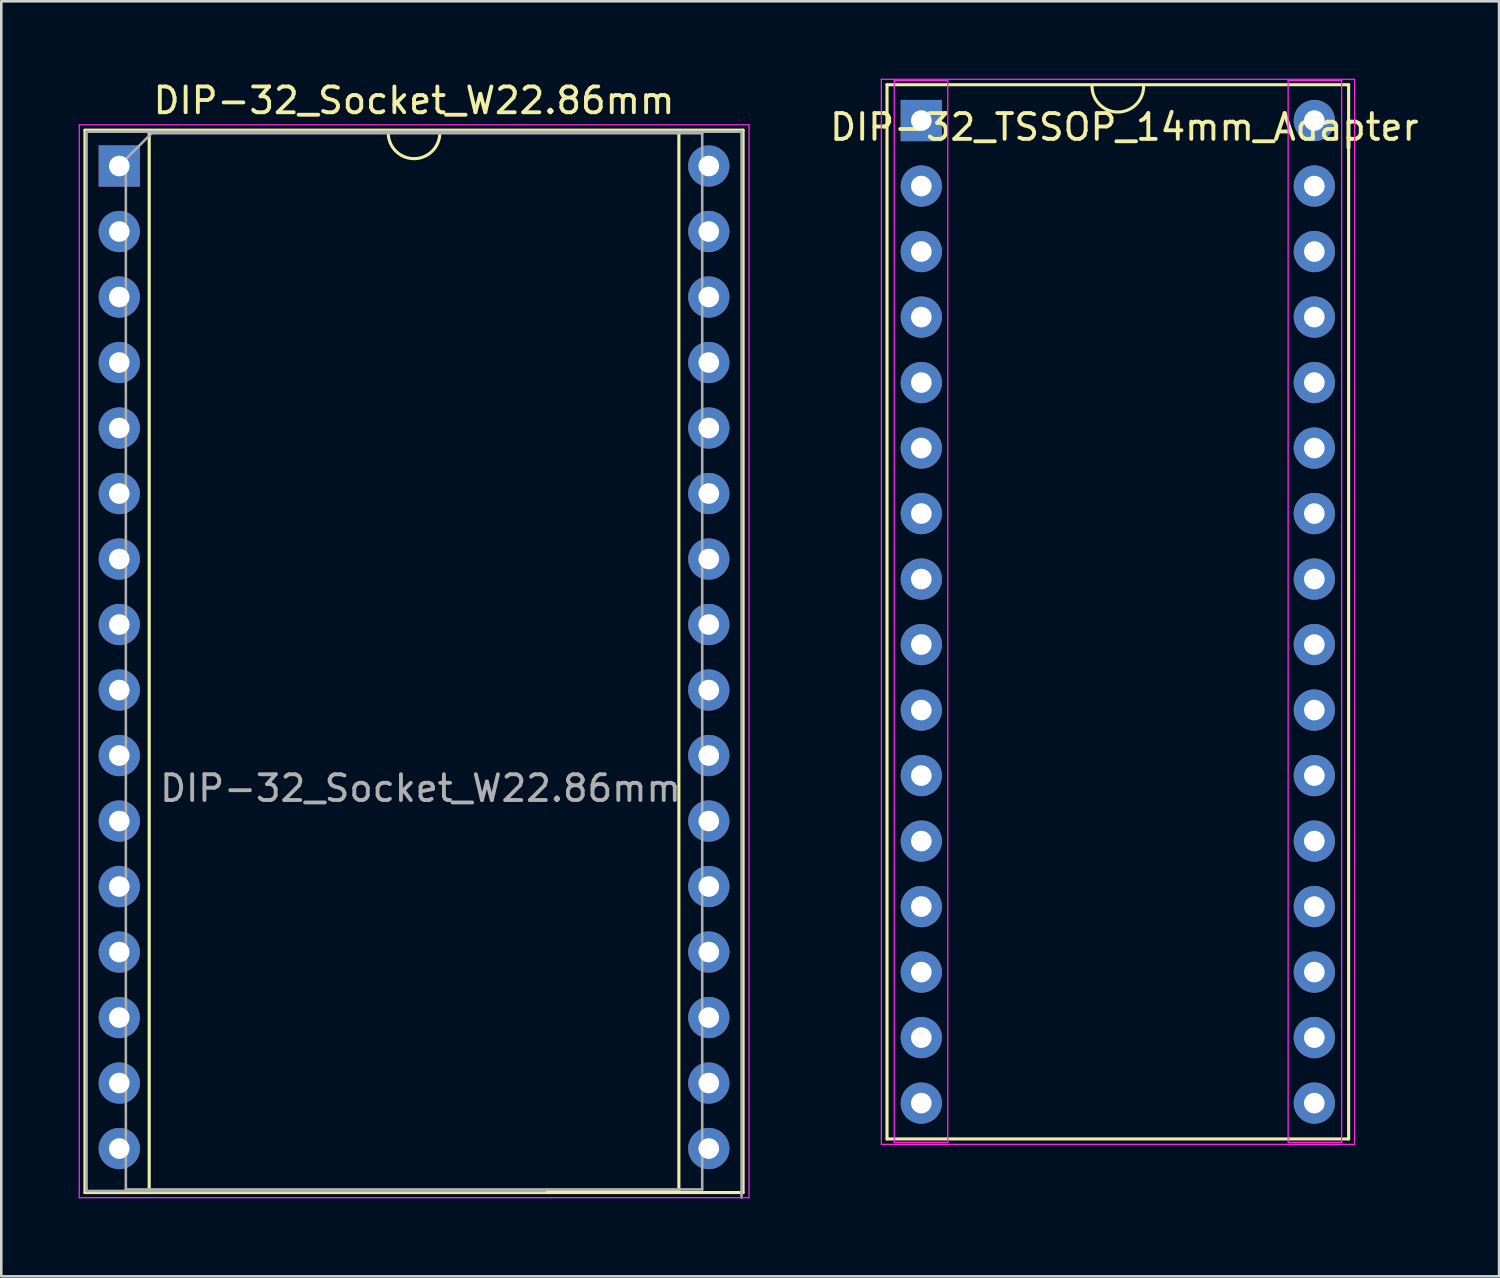
<source format=kicad_pcb>
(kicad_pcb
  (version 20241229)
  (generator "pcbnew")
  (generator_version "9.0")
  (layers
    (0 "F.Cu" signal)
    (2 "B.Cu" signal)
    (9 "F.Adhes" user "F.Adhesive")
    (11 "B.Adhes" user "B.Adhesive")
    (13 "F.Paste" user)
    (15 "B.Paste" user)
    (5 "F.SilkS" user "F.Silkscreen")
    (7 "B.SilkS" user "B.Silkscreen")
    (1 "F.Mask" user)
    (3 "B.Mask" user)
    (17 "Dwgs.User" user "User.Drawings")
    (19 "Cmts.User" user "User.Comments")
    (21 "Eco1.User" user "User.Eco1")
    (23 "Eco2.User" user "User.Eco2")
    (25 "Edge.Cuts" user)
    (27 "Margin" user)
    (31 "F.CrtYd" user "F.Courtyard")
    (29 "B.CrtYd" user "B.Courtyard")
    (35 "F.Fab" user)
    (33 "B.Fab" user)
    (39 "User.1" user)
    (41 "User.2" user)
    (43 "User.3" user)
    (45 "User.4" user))
  (footprint "DIP-32_TSSOP_14mm_Adapter"
    (layer "F.Cu")
    (at 32.676 1.625)
    (property "Reference" "DIP-32_TSSOP_14mm_Adapter" (at 7.874 0.254 0) (layer "F.SilkS") (effects (font (size 1 1) (thickness 0.15))))
    (attr through_hole)
    (fp_line (start -1.33 -1.39) (end -1.33 39.49) (stroke (width 0.12) (type solid)) (layer "F.SilkS"))
    (fp_line (start -1.33 39.49) (end 16.57 39.49) (stroke (width 0.12) (type solid)) (layer "F.SilkS"))
    (fp_line (start 16.57 -1.39) (end -1.33 -1.39) (stroke (width 0.12) (type solid)) (layer "F.SilkS"))
    (fp_line (start 16.57 39.49) (end 16.57 -1.39) (stroke (width 0.12) (type solid)) (layer "F.SilkS"))
    (fp_arc (start 8.62 -1.33) (mid 7.62 -0.33) (end 6.62 -1.33) (stroke (width 0.12) (type solid)) (layer "F.SilkS"))
    (fp_line (start -1.55 -1.6) (end -1.55 39.7) (stroke (width 0.05) (type solid)) (layer "F.CrtYd"))
    (fp_line (start -1.55 39.7) (end 16.8 39.7) (stroke (width 0.05) (type solid)) (layer "F.CrtYd"))
    (fp_line (start -1.05 -1.55) (end -1.05 39.624) (stroke (width 0.05) (type solid)) (layer "F.CrtYd"))
    (fp_line (start -1.05 39.624) (end 1.026 39.624) (stroke (width 0.05) (type solid)) (layer "F.CrtYd"))
    (fp_line (start 1.026 -1.55) (end -1.05 -1.55) (stroke (width 0.05) (type solid)) (layer "F.CrtYd"))
    (fp_line (start 1.026 39.624) (end 1.026 -1.55) (stroke (width 0.05) (type solid)) (layer "F.CrtYd"))
    (fp_line (start 14.224 39.624) (end 14.224 -1.55) (stroke (width 0.05) (type solid)) (layer "F.CrtYd"))
    (fp_line (start 14.224 39.624) (end 16.3 39.624) (stroke (width 0.05) (type solid)) (layer "F.CrtYd"))
    (fp_line (start 16.3 -1.55) (end 14.224 -1.55) (stroke (width 0.05) (type solid)) (layer "F.CrtYd"))
    (fp_line (start 16.3 39.624) (end 16.3 -1.55) (stroke (width 0.05) (type solid)) (layer "F.CrtYd"))
    (fp_line (start 16.8 -1.6) (end -1.55 -1.6) (stroke (width 0.05) (type solid)) (layer "F.CrtYd"))
    (fp_line (start 16.8 39.7) (end 16.8 -1.6) (stroke (width 0.05) (type solid)) (layer "F.CrtYd"))
    (pad "1" thru_hole rect (at 0 0) (size 1.6 1.6) (drill 0.8) (layers "*.Cu" "*.Mask"))
    (pad "2" thru_hole oval (at 0 2.54) (size 1.6 1.6) (drill 0.8) (layers "*.Cu" "*.Mask"))
    (pad "3" thru_hole oval (at 0 5.08) (size 1.6 1.6) (drill 0.8) (layers "*.Cu" "*.Mask"))
    (pad "4" thru_hole oval (at 0 7.62) (size 1.6 1.6) (drill 0.8) (layers "*.Cu" "*.Mask"))
    (pad "5" thru_hole oval (at 0 10.16) (size 1.6 1.6) (drill 0.8) (layers "*.Cu" "*.Mask"))
    (pad "6" thru_hole oval (at 0 12.7) (size 1.6 1.6) (drill 0.8) (layers "*.Cu" "*.Mask"))
    (pad "7" thru_hole oval (at 0 15.24) (size 1.6 1.6) (drill 0.8) (layers "*.Cu" "*.Mask"))
    (pad "8" thru_hole oval (at 0 17.78) (size 1.6 1.6) (drill 0.8) (layers "*.Cu" "*.Mask"))
    (pad "9" thru_hole oval (at 0 20.32) (size 1.6 1.6) (drill 0.8) (layers "*.Cu" "*.Mask"))
    (pad "10" thru_hole oval (at 0 22.86) (size 1.6 1.6) (drill 0.8) (layers "*.Cu" "*.Mask"))
    (pad "11" thru_hole oval (at 0 25.4) (size 1.6 1.6) (drill 0.8) (layers "*.Cu" "*.Mask"))
    (pad "12" thru_hole oval (at 0 27.94) (size 1.6 1.6) (drill 0.8) (layers "*.Cu" "*.Mask"))
    (pad "13" thru_hole oval (at 0 30.48) (size 1.6 1.6) (drill 0.8) (layers "*.Cu" "*.Mask"))
    (pad "14" thru_hole oval (at 0 33.02) (size 1.6 1.6) (drill 0.8) (layers "*.Cu" "*.Mask"))
    (pad "15" thru_hole oval (at 0 35.56) (size 1.6 1.6) (drill 0.8) (layers "*.Cu" "*.Mask"))
    (pad "16" thru_hole oval (at 0 38.1) (size 1.6 1.6) (drill 0.8) (layers "*.Cu" "*.Mask"))
    (pad "17" thru_hole oval (at 15.24 38.1) (size 1.6 1.6) (drill 0.8) (layers "*.Cu" "*.Mask"))
    (pad "18" thru_hole oval (at 15.24 35.56) (size 1.6 1.6) (drill 0.8) (layers "*.Cu" "*.Mask"))
    (pad "19" thru_hole oval (at 15.24 33.02) (size 1.6 1.6) (drill 0.8) (layers "*.Cu" "*.Mask"))
    (pad "20" thru_hole oval (at 15.24 30.48) (size 1.6 1.6) (drill 0.8) (layers "*.Cu" "*.Mask"))
    (pad "21" thru_hole oval (at 15.24 27.94) (size 1.6 1.6) (drill 0.8) (layers "*.Cu" "*.Mask"))
    (pad "22" thru_hole oval (at 15.24 25.4) (size 1.6 1.6) (drill 0.8) (layers "*.Cu" "*.Mask"))
    (pad "23" thru_hole oval (at 15.24 22.86) (size 1.6 1.6) (drill 0.8) (layers "*.Cu" "*.Mask"))
    (pad "24" thru_hole oval (at 15.24 20.32) (size 1.6 1.6) (drill 0.8) (layers "*.Cu" "*.Mask"))
    (pad "25" thru_hole oval (at 15.24 17.78) (size 1.6 1.6) (drill 0.8) (layers "*.Cu" "*.Mask"))
    (pad "26" thru_hole oval (at 15.24 15.24) (size 1.6 1.6) (drill 0.8) (layers "*.Cu" "*.Mask"))
    (pad "27" thru_hole oval (at 15.24 12.7) (size 1.6 1.6) (drill 0.8) (layers "*.Cu" "*.Mask"))
    (pad "28" thru_hole oval (at 15.24 10.16) (size 1.6 1.6) (drill 0.8) (layers "*.Cu" "*.Mask"))
    (pad "29" thru_hole oval (at 15.24 7.62) (size 1.6 1.6) (drill 0.8) (layers "*.Cu" "*.Mask"))
    (pad "30" thru_hole oval (at 15.24 5.08) (size 1.6 1.6) (drill 0.8) (layers "*.Cu" "*.Mask"))
    (pad "31" thru_hole oval (at 15.24 2.54) (size 1.6 1.6) (drill 0.8) (layers "*.Cu" "*.Mask"))
    (pad "32" thru_hole oval (at 15.24 0) (size 1.6 1.6) (drill 0.8) (layers "*.Cu" "*.Mask")))
  (footprint "DIP-32_Socket_W22.86mm"
    (layer "F.Cu")
    (at 1.575 3.388)
    (property "Reference" "DIP-32_Socket_W22.86mm" (at 11.43 -2.54 0) (layer "F.SilkS") (effects (font (size 1 1) (thickness 0.15))))
    (attr through_hole)
    (fp_line (start -1.33 -1.39) (end -1.33 39.805) (stroke (width 0.12) (type solid)) (layer "F.SilkS"))
    (fp_line (start -1.33 39.805) (end 24.19 39.805) (stroke (width 0.12) (type solid)) (layer "F.SilkS"))
    (fp_line (start 1.16 -1.33) (end 1.16 39.745) (stroke (width 0.12) (type solid)) (layer "F.SilkS"))
    (fp_line (start 1.16 39.745) (end 21.7 39.745) (stroke (width 0.12) (type solid)) (layer "F.SilkS"))
    (fp_line (start 10.43 -1.33) (end 1.16 -1.33) (stroke (width 0.12) (type solid)) (layer "F.SilkS"))
    (fp_line (start 21.7 -1.33) (end 12.43 -1.33) (stroke (width 0.12) (type solid)) (layer "F.SilkS"))
    (fp_line (start 21.7 39.745) (end 21.7 -1.33) (stroke (width 0.12) (type solid)) (layer "F.SilkS"))
    (fp_line (start 24.19 -1.39) (end -1.33 -1.39) (stroke (width 0.12) (type solid)) (layer "F.SilkS"))
    (fp_line (start 24.19 39.805) (end 24.19 -1.39) (stroke (width 0.12) (type solid)) (layer "F.SilkS"))
    (fp_arc (start 12.43 -1.286) (mid 11.43 -0.286) (end 10.43 -1.286) (stroke (width 0.12) (type solid)) (layer "F.SilkS"))
    (fp_line (start -1.55 -1.6) (end -1.55 40.005) (stroke (width 0.05) (type solid)) (layer "F.CrtYd"))
    (fp_line (start -1.55 40.005) (end 24.42 40.005) (stroke (width 0.05) (type solid)) (layer "F.CrtYd"))
    (fp_line (start 24.42 -1.6) (end -1.55 -1.6) (stroke (width 0.05) (type solid)) (layer "F.CrtYd"))
    (fp_line (start 24.42 40.005) (end 24.42 -1.6) (stroke (width 0.05) (type solid)) (layer "F.CrtYd"))
    (fp_line (start -1.27 -1.33) (end -1.27 39.745) (stroke (width 0.1) (type solid)) (layer "F.Fab"))
    (fp_line (start -1.27 39.745) (end 16.51 39.745) (stroke (width 0.1) (type solid)) (layer "F.Fab"))
    (fp_line (start 0.255 -0.27) (end 1.255 -1.27) (stroke (width 0.1) (type solid)) (layer "F.Fab"))
    (fp_line (start 0.255 39.685) (end 0.255 -0.27) (stroke (width 0.1) (type solid)) (layer "F.Fab"))
    (fp_line (start 1.255 -1.27) (end 22.605 -1.27) (stroke (width 0.1) (type solid)) (layer "F.Fab"))
    (fp_line (start 22.605 -1.27) (end 22.605 39.685) (stroke (width 0.1) (type solid)) (layer "F.Fab"))
    (fp_line (start 22.605 39.685) (end 0.255 39.685) (stroke (width 0.1) (type solid)) (layer "F.Fab"))
    (fp_line (start 24.13 -1.33) (end -1.27 -1.33) (stroke (width 0.1) (type solid)) (layer "F.Fab"))
    (fp_line (start 24.13 40.005) (end 24.13 -1.33) (stroke (width 0.1) (type solid)) (layer "F.Fab"))
    (fp_text user "${REFERENCE}" (at 11.684 24.13 0) (layer "F.Fab") (effects (font (size 1 1) (thickness 0.15))))
    (pad "1" thru_hole rect (at 0 0) (size 1.6 1.6) (drill 0.8) (layers "*.Cu" "*.Mask"))
    (pad "2" thru_hole oval (at 0 2.54) (size 1.6 1.6) (drill 0.8) (layers "*.Cu" "*.Mask"))
    (pad "3" thru_hole oval (at 0 5.08) (size 1.6 1.6) (drill 0.8) (layers "*.Cu" "*.Mask"))
    (pad "4" thru_hole oval (at 0 7.62) (size 1.6 1.6) (drill 0.8) (layers "*.Cu" "*.Mask"))
    (pad "5" thru_hole oval (at 0 10.16) (size 1.6 1.6) (drill 0.8) (layers "*.Cu" "*.Mask"))
    (pad "6" thru_hole oval (at 0 12.7) (size 1.6 1.6) (drill 0.8) (layers "*.Cu" "*.Mask"))
    (pad "7" thru_hole oval (at 0 15.24) (size 1.6 1.6) (drill 0.8) (layers "*.Cu" "*.Mask"))
    (pad "8" thru_hole oval (at 0 17.78) (size 1.6 1.6) (drill 0.8) (layers "*.Cu" "*.Mask"))
    (pad "9" thru_hole oval (at 0 20.32) (size 1.6 1.6) (drill 0.8) (layers "*.Cu" "*.Mask"))
    (pad "10" thru_hole oval (at 0 22.86) (size 1.6 1.6) (drill 0.8) (layers "*.Cu" "*.Mask"))
    (pad "11" thru_hole oval (at 0 25.4) (size 1.6 1.6) (drill 0.8) (layers "*.Cu" "*.Mask"))
    (pad "12" thru_hole oval (at 0 27.94) (size 1.6 1.6) (drill 0.8) (layers "*.Cu" "*.Mask"))
    (pad "13" thru_hole oval (at 0 30.48) (size 1.6 1.6) (drill 0.8) (layers "*.Cu" "*.Mask"))
    (pad "14" thru_hole oval (at 0 33.02) (size 1.6 1.6) (drill 0.8) (layers "*.Cu" "*.Mask"))
    (pad "15" thru_hole oval (at 0 35.56) (size 1.6 1.6) (drill 0.8) (layers "*.Cu" "*.Mask"))
    (pad "16" thru_hole oval (at 0 38.1) (size 1.6 1.6) (drill 0.8) (layers "*.Cu" "*.Mask"))
    (pad "17" thru_hole oval (at 22.86 38.1) (size 1.6 1.6) (drill 0.8) (layers "*.Cu" "*.Mask"))
    (pad "18" thru_hole oval (at 22.86 35.56) (size 1.6 1.6) (drill 0.8) (layers "*.Cu" "*.Mask"))
    (pad "19" thru_hole oval (at 22.86 33.02) (size 1.6 1.6) (drill 0.8) (layers "*.Cu" "*.Mask"))
    (pad "20" thru_hole oval (at 22.86 30.48) (size 1.6 1.6) (drill 0.8) (layers "*.Cu" "*.Mask"))
    (pad "21" thru_hole oval (at 22.86 27.94) (size 1.6 1.6) (drill 0.8) (layers "*.Cu" "*.Mask"))
    (pad "22" thru_hole oval (at 22.86 25.4) (size 1.6 1.6) (drill 0.8) (layers "*.Cu" "*.Mask"))
    (pad "23" thru_hole oval (at 22.86 22.86) (size 1.6 1.6) (drill 0.8) (layers "*.Cu" "*.Mask"))
    (pad "24" thru_hole oval (at 22.86 20.32) (size 1.6 1.6) (drill 0.8) (layers "*.Cu" "*.Mask"))
    (pad "25" thru_hole oval (at 22.86 17.78) (size 1.6 1.6) (drill 0.8) (layers "*.Cu" "*.Mask"))
    (pad "26" thru_hole oval (at 22.86 15.24) (size 1.6 1.6) (drill 0.8) (layers "*.Cu" "*.Mask"))
    (pad "27" thru_hole oval (at 22.86 12.7) (size 1.6 1.6) (drill 0.8) (layers "*.Cu" "*.Mask"))
    (pad "28" thru_hole oval (at 22.86 10.16) (size 1.6 1.6) (drill 0.8) (layers "*.Cu" "*.Mask"))
    (pad "29" thru_hole oval (at 22.86 7.62) (size 1.6 1.6) (drill 0.8) (layers "*.Cu" "*.Mask"))
    (pad "30" thru_hole oval (at 22.86 5.08) (size 1.6 1.6) (drill 0.8) (layers "*.Cu" "*.Mask"))
    (pad "31" thru_hole oval (at 22.86 2.54) (size 1.6 1.6) (drill 0.8) (layers "*.Cu" "*.Mask"))
    (pad "32" thru_hole oval (at 22.86 0) (size 1.6 1.6) (drill 0.8) (layers "*.Cu" "*.Mask")))
  (gr_rect
    (start -3 -3)
    (end 55.08 46.443)
    (stroke (width 0.1) (type default))
    (fill no)
    (layer "Edge.Cuts")))
</source>
